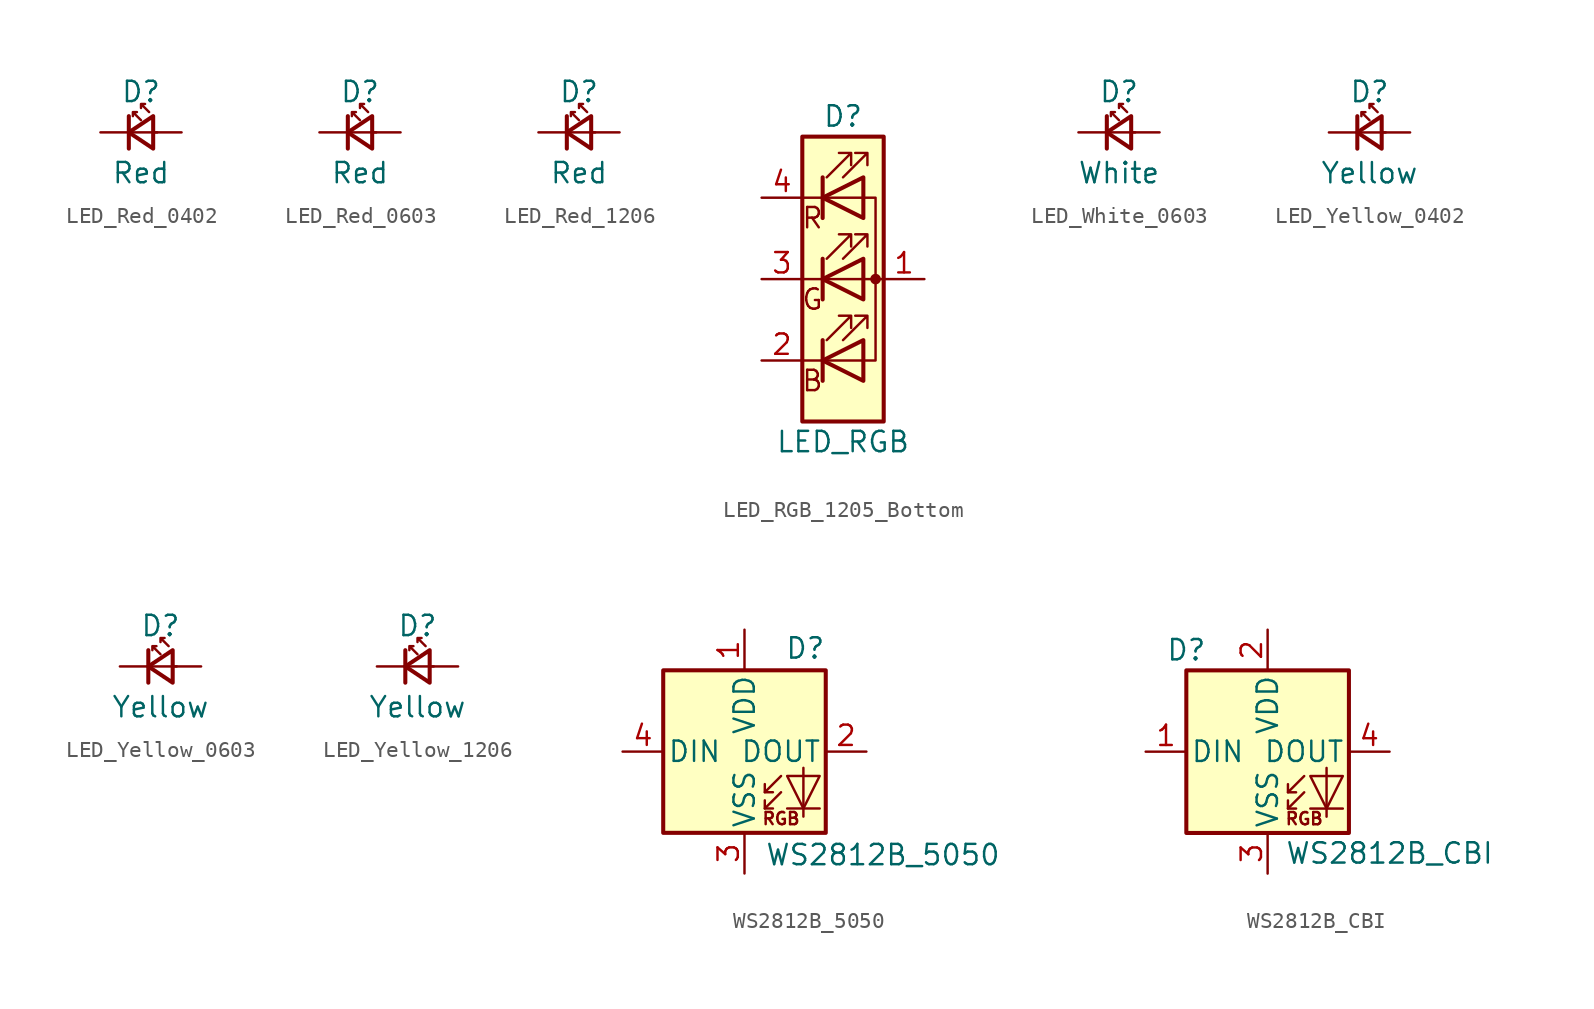
<source format=kicad_sym>
(kicad_symbol_lib
  (version 20241209)
  (generator "kicad_symbol_editor")
  (generator_version "9.0")
  (symbol "LED_Red_0402"
    (pin_numbers
      (hide yes))
    (pin_names
      (offset 1.016)
      (hide yes))
    (property "Reference" "D"
      (at 0 2.54 0)
      (effects (font (size 1.27 1.27))))
    (property "Value" "Red"
      (at 0 -2.54 0)
      (effects (font (size 1.27 1.27))))
    (symbol "LED_Red_0402_0_1"
      (polyline (pts (xy -0.762 -1.016) (xy -0.762 1.016)) (stroke (width 0.254) (type default)) (fill (type none)))
      (polyline (pts (xy 0 0.762) (xy -0.508 1.27) (xy -0.254 1.27) (xy -0.508 1.27) (xy -0.508 1.016)) (stroke (width 0) (type default)) (fill (type none)))
      (polyline (pts (xy 0.508 1.27) (xy 0 1.778) (xy 0.254 1.778) (xy 0 1.778) (xy 0 1.524)) (stroke (width 0) (type default)) (fill (type none)))
      (polyline (pts (xy 0.762 -1.016) (xy -0.762 0) (xy 0.762 1.016) (xy 0.762 -1.016)) (stroke (width 0.254) (type default)) (fill (type none)))
      (polyline (pts (xy 1.016 0) (xy -0.762 0)) (stroke (width 0) (type default)) (fill (type none))))
    (symbol "LED_Red_0402_1_1"
      (pin passive line (at -2.54 0 0) (length 1.778) (name "K" (effects (font (size 1.27 1.27)))) (number "1" (effects (font (size 1.27 1.27)))))
      (pin passive line (at 2.54 0 180) (length 1.778) (name "A" (effects (font (size 1.27 1.27)))) (number "2" (effects (font (size 1.27 1.27)))))))
  (symbol "LED_Red_0603"
    (pin_numbers
      (hide yes))
    (pin_names
      (offset 1.016)
      (hide yes))
    (property "Reference" "D"
      (at 0 2.54 0)
      (effects (font (size 1.27 1.27))))
    (property "Value" "Red"
      (at 0 -2.54 0)
      (effects (font (size 1.27 1.27))))
    (symbol "LED_Red_0603_0_1"
      (polyline (pts (xy -0.762 -1.016) (xy -0.762 1.016)) (stroke (width 0.254) (type default)) (fill (type none)))
      (polyline (pts (xy 0 0.762) (xy -0.508 1.27) (xy -0.254 1.27) (xy -0.508 1.27) (xy -0.508 1.016)) (stroke (width 0) (type default)) (fill (type none)))
      (polyline (pts (xy 0.508 1.27) (xy 0 1.778) (xy 0.254 1.778) (xy 0 1.778) (xy 0 1.524)) (stroke (width 0) (type default)) (fill (type none)))
      (polyline (pts (xy 0.762 -1.016) (xy -0.762 0) (xy 0.762 1.016) (xy 0.762 -1.016)) (stroke (width 0.254) (type default)) (fill (type none)))
      (polyline (pts (xy 1.016 0) (xy -0.762 0)) (stroke (width 0) (type default)) (fill (type none))))
    (symbol "LED_Red_0603_1_1"
      (pin passive line (at -2.54 0 0) (length 1.778) (name "K" (effects (font (size 1.27 1.27)))) (number "1" (effects (font (size 1.27 1.27)))))
      (pin passive line (at 2.54 0 180) (length 1.778) (name "A" (effects (font (size 1.27 1.27)))) (number "2" (effects (font (size 1.27 1.27)))))))
  (symbol "LED_Red_1206"
    (pin_numbers
      (hide yes))
    (pin_names
      (offset 1.016)
      (hide yes))
    (property "Reference" "D"
      (at 0 2.54 0)
      (effects (font (size 1.27 1.27))))
    (property "Value" "Red"
      (at 0 -2.54 0)
      (effects (font (size 1.27 1.27))))
    (symbol "LED_Red_1206_0_1"
      (polyline (pts (xy -0.762 -1.016) (xy -0.762 1.016)) (stroke (width 0.254) (type default)) (fill (type none)))
      (polyline (pts (xy 0 0.762) (xy -0.508 1.27) (xy -0.254 1.27) (xy -0.508 1.27) (xy -0.508 1.016)) (stroke (width 0) (type default)) (fill (type none)))
      (polyline (pts (xy 0.508 1.27) (xy 0 1.778) (xy 0.254 1.778) (xy 0 1.778) (xy 0 1.524)) (stroke (width 0) (type default)) (fill (type none)))
      (polyline (pts (xy 0.762 -1.016) (xy -0.762 0) (xy 0.762 1.016) (xy 0.762 -1.016)) (stroke (width 0.254) (type default)) (fill (type none)))
      (polyline (pts (xy 1.016 0) (xy -0.762 0)) (stroke (width 0) (type default)) (fill (type none))))
    (symbol "LED_Red_1206_1_1"
      (pin passive line (at -2.54 0 0) (length 1.778) (name "K" (effects (font (size 1.27 1.27)))) (number "1" (effects (font (size 1.27 1.27)))))
      (pin passive line (at 2.54 0 180) (length 1.778) (name "A" (effects (font (size 1.27 1.27)))) (number "2" (effects (font (size 1.27 1.27)))))))
  (symbol "LED_RGB_1205_Bottom"
    (pin_names
      (offset 0)
      (hide yes))
    (property "Reference" "D"
      (at 0 10.16 0)
      (effects (font (size 1.27 1.27))))
    (property "Value" "LED_RGB"
      (at 0 -10.16 0)
      (effects (font (size 1.27 1.27))))
    (symbol "LED_RGB_1205_Bottom_0_0"
      (text "R" (at -1.905 3.81 0) (effects (font (size 1.27 1.27))))
      (text "G" (at -1.905 -1.27 0) (effects (font (size 1.27 1.27))))
      (text "B" (at -1.905 -6.35 0) (effects (font (size 1.27 1.27)))))
    (symbol "LED_RGB_1205_Bottom_0_1"
      (polyline (pts (xy -2.54 -5.08) (xy 1.27 -5.08)) (stroke (width 0) (type default)) (fill (type none)))
      (rectangle (start -2.54 -8.89) (end 2.54 8.89) (stroke (width 0.254) (type default)) (fill (type background)))
      (polyline (pts (xy -1.27 6.35) (xy -1.27 3.81)) (stroke (width 0.254) (type default)) (fill (type none)))
      (polyline (pts (xy -1.27 1.27) (xy -1.27 -1.27)) (stroke (width 0.254) (type default)) (fill (type none)))
      (polyline (pts (xy -1.27 -3.81) (xy -1.27 -6.35)) (stroke (width 0.254) (type default)) (fill (type none)))
      (polyline (pts (xy -1.016 6.35) (xy 0.508 7.874) (xy -0.254 7.874) (xy 0.508 7.874) (xy 0.508 7.112)) (stroke (width 0) (type default)) (fill (type none)))
      (polyline (pts (xy -1.016 1.27) (xy 0.508 2.794) (xy -0.254 2.794) (xy 0.508 2.794) (xy 0.508 2.032)) (stroke (width 0) (type default)) (fill (type none)))
      (polyline (pts (xy -1.016 -3.81) (xy 0.508 -2.286) (xy -0.254 -2.286) (xy 0.508 -2.286) (xy 0.508 -3.048)) (stroke (width 0) (type default)) (fill (type none)))
      (polyline (pts (xy 0 6.35) (xy 1.524 7.874) (xy 0.762 7.874) (xy 1.524 7.874) (xy 1.524 7.112)) (stroke (width 0) (type default)) (fill (type none)))
      (polyline (pts (xy 0 1.27) (xy 1.524 2.794) (xy 0.762 2.794) (xy 1.524 2.794) (xy 1.524 2.032)) (stroke (width 0) (type default)) (fill (type none)))
      (polyline (pts (xy 0 -3.81) (xy 1.524 -2.286) (xy 0.762 -2.286) (xy 1.524 -2.286) (xy 1.524 -3.048)) (stroke (width 0) (type default)) (fill (type none)))
      (polyline (pts (xy 1.27 6.35) (xy 1.27 3.81) (xy -1.27 5.08) (xy 1.27 6.35)) (stroke (width 0.254) (type default)) (fill (type none)))
      (rectangle (start 1.27 6.35) (end 1.27 6.35) (stroke (width 0) (type default)) (fill (type none)))
      (polyline (pts (xy 1.27 5.08) (xy -2.54 5.08)) (stroke (width 0) (type default)) (fill (type none)))
      (polyline (pts (xy 1.27 1.27) (xy 1.27 -1.27) (xy -1.27 0) (xy 1.27 1.27)) (stroke (width 0.254) (type default)) (fill (type none)))
      (polyline (pts (xy 1.27 -3.81) (xy 1.27 -6.35) (xy -1.27 -5.08) (xy 1.27 -3.81)) (stroke (width 0.254) (type default)) (fill (type none)))
      (polyline (pts (xy 1.27 -5.08) (xy 2.032 -5.08) (xy 2.032 5.08) (xy 1.27 5.08)) (stroke (width 0) (type default)) (fill (type none)))
      (circle (center 2.032 0) (radius 0.254) (stroke (width 0) (type default)) (fill (type outline)))
      (polyline (pts (xy 2.54 0) (xy -2.54 0)) (stroke (width 0) (type default)) (fill (type none))))
    (symbol "LED_RGB_1205_Bottom_1_1"
      (pin passive line (at -5.08 5.08 0) (length 2.54) (name "RK" (effects (font (size 1.27 1.27)))) (number "4" (effects (font (size 1.27 1.27)))))
      (pin passive line (at -5.08 0 0) (length 2.54) (name "GK" (effects (font (size 1.27 1.27)))) (number "3" (effects (font (size 1.27 1.27)))))
      (pin passive line (at -5.08 -5.08 0) (length 2.54) (name "BK" (effects (font (size 1.27 1.27)))) (number "2" (effects (font (size 1.27 1.27)))))
      (pin passive line (at 5.08 0 180) (length 2.54) (name "A" (effects (font (size 1.27 1.27)))) (number "1" (effects (font (size 1.27 1.27)))))))
  (symbol "LED_White_0603"
    (pin_numbers
      (hide yes))
    (pin_names
      (offset 1.016)
      (hide yes))
    (property "Reference" "D"
      (at 0 2.54 0)
      (effects (font (size 1.27 1.27))))
    (property "Value" "White"
      (at 0 -2.54 0)
      (effects (font (size 1.27 1.27))))
    (symbol "LED_White_0603_0_1"
      (polyline (pts (xy -0.762 -1.016) (xy -0.762 1.016)) (stroke (width 0.254) (type default)) (fill (type none)))
      (polyline (pts (xy 0 0.762) (xy -0.508 1.27) (xy -0.254 1.27) (xy -0.508 1.27) (xy -0.508 1.016)) (stroke (width 0) (type default)) (fill (type none)))
      (polyline (pts (xy 0.508 1.27) (xy 0 1.778) (xy 0.254 1.778) (xy 0 1.778) (xy 0 1.524)) (stroke (width 0) (type default)) (fill (type none)))
      (polyline (pts (xy 0.762 -1.016) (xy -0.762 0) (xy 0.762 1.016) (xy 0.762 -1.016)) (stroke (width 0.254) (type default)) (fill (type none)))
      (polyline (pts (xy 1.016 0) (xy -0.762 0)) (stroke (width 0) (type default)) (fill (type none))))
    (symbol "LED_White_0603_1_1"
      (pin passive line (at -2.54 0 0) (length 1.778) (name "K" (effects (font (size 1.27 1.27)))) (number "1" (effects (font (size 1.27 1.27)))))
      (pin passive line (at 2.54 0 180) (length 1.778) (name "A" (effects (font (size 1.27 1.27)))) (number "2" (effects (font (size 1.27 1.27)))))))
  (symbol "LED_Yellow_0402"
    (pin_numbers
      (hide yes))
    (pin_names
      (offset 1.016)
      (hide yes))
    (property "Reference" "D"
      (at 0 2.54 0)
      (effects (font (size 1.27 1.27))))
    (property "Value" "Yellow"
      (at 0 -2.54 0)
      (effects (font (size 1.27 1.27))))
    (symbol "LED_Yellow_0402_0_1"
      (polyline (pts (xy -0.762 -1.016) (xy -0.762 1.016)) (stroke (width 0.254) (type default)) (fill (type none)))
      (polyline (pts (xy 0 0.762) (xy -0.508 1.27) (xy -0.254 1.27) (xy -0.508 1.27) (xy -0.508 1.016)) (stroke (width 0) (type default)) (fill (type none)))
      (polyline (pts (xy 0.508 1.27) (xy 0 1.778) (xy 0.254 1.778) (xy 0 1.778) (xy 0 1.524)) (stroke (width 0) (type default)) (fill (type none)))
      (polyline (pts (xy 0.762 -1.016) (xy -0.762 0) (xy 0.762 1.016) (xy 0.762 -1.016)) (stroke (width 0.254) (type default)) (fill (type none)))
      (polyline (pts (xy 1.016 0) (xy -0.762 0)) (stroke (width 0) (type default)) (fill (type none))))
    (symbol "LED_Yellow_0402_1_1"
      (pin passive line (at -2.54 0 0) (length 1.778) (name "K" (effects (font (size 1.27 1.27)))) (number "1" (effects (font (size 1.27 1.27)))))
      (pin passive line (at 2.54 0 180) (length 1.778) (name "A" (effects (font (size 1.27 1.27)))) (number "2" (effects (font (size 1.27 1.27)))))))
  (symbol "LED_Yellow_0603"
    (pin_numbers
      (hide yes))
    (pin_names
      (offset 1.016)
      (hide yes))
    (property "Reference" "D"
      (at 0 2.54 0)
      (effects (font (size 1.27 1.27))))
    (property "Value" "Yellow"
      (at 0 -2.54 0)
      (effects (font (size 1.27 1.27))))
    (symbol "LED_Yellow_0603_0_1"
      (polyline (pts (xy -0.762 -1.016) (xy -0.762 1.016)) (stroke (width 0.254) (type default)) (fill (type none)))
      (polyline (pts (xy 0 0.762) (xy -0.508 1.27) (xy -0.254 1.27) (xy -0.508 1.27) (xy -0.508 1.016)) (stroke (width 0) (type default)) (fill (type none)))
      (polyline (pts (xy 0.508 1.27) (xy 0 1.778) (xy 0.254 1.778) (xy 0 1.778) (xy 0 1.524)) (stroke (width 0) (type default)) (fill (type none)))
      (polyline (pts (xy 0.762 -1.016) (xy -0.762 0) (xy 0.762 1.016) (xy 0.762 -1.016)) (stroke (width 0.254) (type default)) (fill (type none)))
      (polyline (pts (xy 1.016 0) (xy -0.762 0)) (stroke (width 0) (type default)) (fill (type none))))
    (symbol "LED_Yellow_0603_1_1"
      (pin passive line (at -2.54 0 0) (length 1.778) (name "K" (effects (font (size 1.27 1.27)))) (number "1" (effects (font (size 1.27 1.27)))))
      (pin passive line (at 2.54 0 180) (length 1.778) (name "A" (effects (font (size 1.27 1.27)))) (number "2" (effects (font (size 1.27 1.27)))))))
  (symbol "LED_Yellow_1206"
    (pin_numbers
      (hide yes))
    (pin_names
      (offset 1.016)
      (hide yes))
    (property "Reference" "D"
      (at 0 2.54 0)
      (effects (font (size 1.27 1.27))))
    (property "Value" "Yellow"
      (at 0 -2.54 0)
      (effects (font (size 1.27 1.27))))
    (symbol "LED_Yellow_1206_0_1"
      (polyline (pts (xy -0.762 -1.016) (xy -0.762 1.016)) (stroke (width 0.254) (type default)) (fill (type none)))
      (polyline (pts (xy 0 0.762) (xy -0.508 1.27) (xy -0.254 1.27) (xy -0.508 1.27) (xy -0.508 1.016)) (stroke (width 0) (type default)) (fill (type none)))
      (polyline (pts (xy 0.508 1.27) (xy 0 1.778) (xy 0.254 1.778) (xy 0 1.778) (xy 0 1.524)) (stroke (width 0) (type default)) (fill (type none)))
      (polyline (pts (xy 0.762 -1.016) (xy -0.762 0) (xy 0.762 1.016) (xy 0.762 -1.016)) (stroke (width 0.254) (type default)) (fill (type none)))
      (polyline (pts (xy 1.016 0) (xy -0.762 0)) (stroke (width 0) (type default)) (fill (type none))))
    (symbol "LED_Yellow_1206_1_1"
      (pin passive line (at -2.54 0 0) (length 1.778) (name "K" (effects (font (size 1.27 1.27)))) (number "1" (effects (font (size 1.27 1.27)))))
      (pin passive line (at 2.54 0 180) (length 1.778) (name "A" (effects (font (size 1.27 1.27)))) (number "2" (effects (font (size 1.27 1.27)))))))
  (symbol "WS2812B_5050"
    (pin_names
      (offset 0.254))
    (property "Reference" "D"
      (at 5.08 5.715 0)
      (effects (font (size 1.27 1.27)) (justify right bottom)))
    (property "Value" "WS2812B_5050"
      (at 1.27 -5.715 0)
      (effects (font (size 1.27 1.27)) (justify left top)))
    (symbol "WS2812B_5050_0_0"
      (text "RGB" (at 2.286 -4.191 0) (effects (font (size 0.762 0.762)))))
    (symbol "WS2812B_5050_0_1"
      (polyline (pts (xy 1.27 -2.54) (xy 1.778 -2.54)) (stroke (width 0) (type default)) (fill (type none)))
      (polyline (pts (xy 1.27 -3.556) (xy 1.778 -3.556)) (stroke (width 0) (type default)) (fill (type none)))
      (polyline (pts (xy 2.286 -1.524) (xy 1.27 -2.54) (xy 1.27 -2.032)) (stroke (width 0) (type default)) (fill (type none)))
      (polyline (pts (xy 2.286 -2.54) (xy 1.27 -3.556) (xy 1.27 -3.048)) (stroke (width 0) (type default)) (fill (type none)))
      (polyline (pts (xy 3.683 -1.016) (xy 3.683 -3.556) (xy 3.683 -4.064)) (stroke (width 0) (type default)) (fill (type none)))
      (polyline (pts (xy 4.699 -1.524) (xy 2.667 -1.524) (xy 3.683 -3.556) (xy 4.699 -1.524)) (stroke (width 0) (type default)) (fill (type none)))
      (polyline (pts (xy 4.699 -3.556) (xy 2.667 -3.556)) (stroke (width 0) (type default)) (fill (type none)))
      (rectangle (start 5.08 5.08) (end -5.08 -5.08) (stroke (width 0.254) (type default)) (fill (type background))))
    (symbol "WS2812B_5050_1_1"
      (pin input line (at -7.62 0 0) (length 2.54) (name "DIN" (effects (font (size 1.27 1.27)))) (number "4" (effects (font (size 1.27 1.27)))))
      (pin power_in line (at 0 7.62 270) (length 2.54) (name "VDD" (effects (font (size 1.27 1.27)))) (number "1" (effects (font (size 1.27 1.27)))))
      (pin power_in line (at 0 -7.62 90) (length 2.54) (name "VSS" (effects (font (size 1.27 1.27)))) (number "3" (effects (font (size 1.27 1.27)))))
      (pin output line (at 7.62 0 180) (length 2.54) (name "DOUT" (effects (font (size 1.27 1.27)))) (number "2" (effects (font (size 1.27 1.27)))))))
  (symbol "WS2812B_CBI"
    (pin_names
      (offset 0.254))
    (property "Reference" "D"
      (at -5.08 6.35 0)
      (effects (font (size 1.27 1.27))))
    (property "Value" "WS2812B_CBI"
      (at 7.62 -6.35 0)
      (do_not_autoplace)
      (effects (font (size 1.27 1.27))))
    (symbol "WS2812B_CBI_0_0"
      (text "RGB" (at 2.286 -4.191 0) (effects (font (size 0.762 0.762)))))
    (symbol "WS2812B_CBI_0_1"
      (polyline (pts (xy 1.27 -2.54) (xy 1.778 -2.54)) (stroke (width 0) (type default)) (fill (type none)))
      (polyline (pts (xy 1.27 -3.556) (xy 1.778 -3.556)) (stroke (width 0) (type default)) (fill (type none)))
      (polyline (pts (xy 2.286 -1.524) (xy 1.27 -2.54) (xy 1.27 -2.032)) (stroke (width 0) (type default)) (fill (type none)))
      (polyline (pts (xy 2.286 -2.54) (xy 1.27 -3.556) (xy 1.27 -3.048)) (stroke (width 0) (type default)) (fill (type none)))
      (polyline (pts (xy 3.683 -1.016) (xy 3.683 -3.556) (xy 3.683 -4.064)) (stroke (width 0) (type default)) (fill (type none)))
      (polyline (pts (xy 4.699 -1.524) (xy 2.667 -1.524) (xy 3.683 -3.556) (xy 4.699 -1.524)) (stroke (width 0) (type default)) (fill (type none)))
      (polyline (pts (xy 4.699 -3.556) (xy 2.667 -3.556)) (stroke (width 0) (type default)) (fill (type none)))
      (rectangle (start 5.08 5.08) (end -5.08 -5.08) (stroke (width 0.254) (type default)) (fill (type background))))
    (symbol "WS2812B_CBI_1_1"
      (pin input line (at -7.62 0 0) (length 2.54) (name "DIN" (effects (font (size 1.27 1.27)))) (number "1" (effects (font (size 1.27 1.27)))))
      (pin power_in line (at 0 7.62 270) (length 2.54) (name "VDD" (effects (font (size 1.27 1.27)))) (number "2" (effects (font (size 1.27 1.27)))))
      (pin power_in line (at 0 -7.62 90) (length 2.54) (name "VSS" (effects (font (size 1.27 1.27)))) (number "3" (effects (font (size 1.27 1.27)))))
      (pin output line (at 7.62 0 180) (length 2.54) (name "DOUT" (effects (font (size 1.27 1.27)))) (number "4" (effects (font (size 1.27 1.27))))))))
</source>
